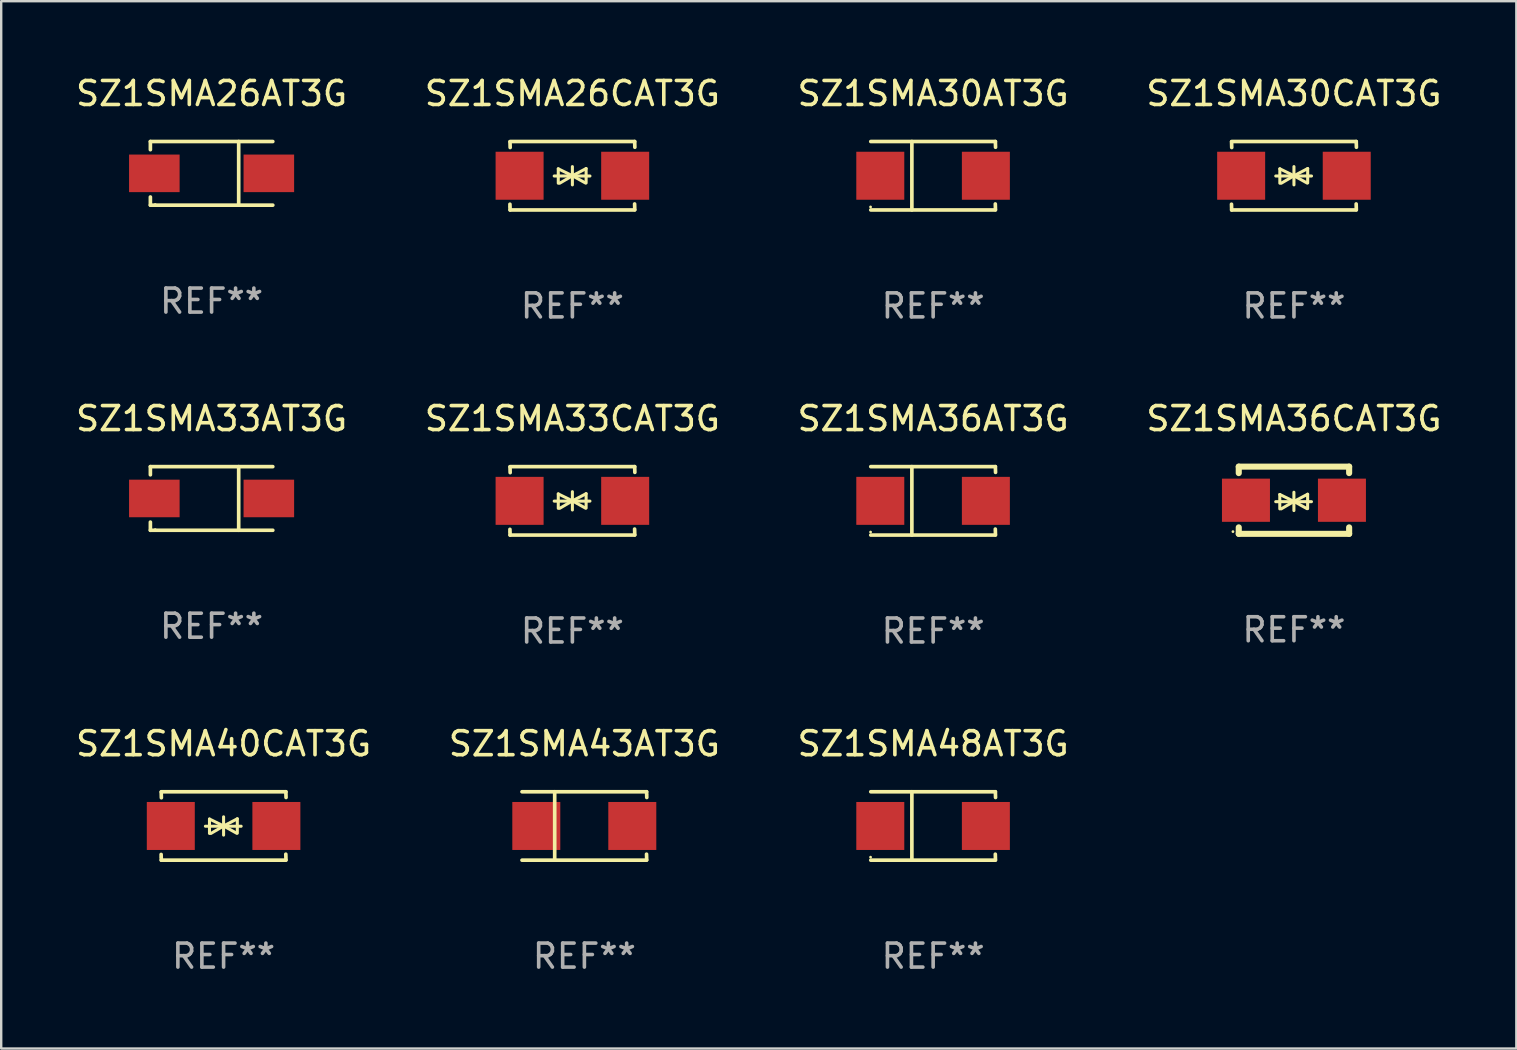
<source format=kicad_pcb>
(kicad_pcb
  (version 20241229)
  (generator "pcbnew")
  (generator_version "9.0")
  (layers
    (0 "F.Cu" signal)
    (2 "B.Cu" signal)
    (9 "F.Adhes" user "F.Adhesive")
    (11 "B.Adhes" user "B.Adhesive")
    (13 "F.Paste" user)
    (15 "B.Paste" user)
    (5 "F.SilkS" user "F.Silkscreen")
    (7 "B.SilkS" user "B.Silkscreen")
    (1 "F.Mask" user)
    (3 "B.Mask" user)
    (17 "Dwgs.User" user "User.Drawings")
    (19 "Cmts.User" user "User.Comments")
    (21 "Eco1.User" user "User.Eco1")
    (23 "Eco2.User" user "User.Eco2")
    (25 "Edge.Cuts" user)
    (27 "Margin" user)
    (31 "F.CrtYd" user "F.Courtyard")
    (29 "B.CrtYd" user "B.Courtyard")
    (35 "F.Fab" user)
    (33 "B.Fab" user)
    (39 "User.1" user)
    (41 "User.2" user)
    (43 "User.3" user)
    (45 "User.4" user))
  (footprint "SZ1SMA26AT3G"
    (layer "F.Cu")
    (at 5.768 4.174)
    (property "Reference" "SZ1SMA26AT3G" (at 0 -3.326 0) (layer "F.SilkS") (effects (font (size 1 1) (thickness 0.15))))
    (attr through_hole)
    (fp_line (start -2.551 -1.326) (end -2.551 -0.986) (stroke (width 0.152) (type solid)) (layer "F.SilkS"))
    (fp_line (start -2.551 1.326) (end -2.551 0.986) (stroke (width 0.152) (type solid)) (layer "F.SilkS"))
    (fp_line (start 1.129 1.326) (end 1.129 -1.326) (stroke (width 0.152) (type solid)) (layer "F.SilkS"))
    (fp_line (start 2.551 -1.326) (end -2.551 -1.326) (stroke (width 0.152) (type solid)) (layer "F.SilkS"))
    (fp_line (start 2.551 1.326) (end -2.551 1.326) (stroke (width 0.152) (type solid)) (layer "F.SilkS"))
    (fp_circle (center -2.35 1.3) (end -2.32 1.3) (stroke (width 0.06) (type solid)) (fill no) (layer "F.SilkS"))
    (fp_text user "REF**" (at 0 5.326 0) (layer "F.Fab") (effects (font (size 1 1) (thickness 0.15))))
    (pad "1" smd rect (at -2.386 0) (size 2.107 1.566) (layers "F.Cu" "F.Mask" "F.Paste"))
    (pad "2" smd rect (at 2.386 0) (size 2.107 1.566) (layers "F.Cu" "F.Mask" "F.Paste")))
  (footprint "SZ1SMA26CAT3G"
    (layer "F.Cu")
    (at 20.804 4.274)
    (property "Reference" "SZ1SMA26CAT3G" (at 0 -3.426 0) (layer "F.SilkS") (effects (font (size 1 1) (thickness 0.15))))
    (attr through_hole)
    (fp_line (start -2.596 -1.426) (end 2.596 -1.426) (stroke (width 0.152) (type solid)) (layer "F.SilkS"))
    (fp_line (start -2.596 1.426) (end -2.603 1.187) (stroke (width 0.152) (type solid)) (layer "F.SilkS"))
    (fp_line (start -2.596 1.426) (end 2.596 1.426) (stroke (width 0.152) (type solid)) (layer "F.SilkS"))
    (fp_line (start -2.593 -1.176) (end -2.6 -1.415) (stroke (width 0.152) (type solid)) (layer "F.SilkS"))
    (fp_line (start -0.758 0.011) (end 0.732 0.011) (stroke (width 0.127) (type solid)) (layer "F.SilkS"))
    (fp_line (start -0.588 -0.289) (end -0.588 0.311) (stroke (width 0.127) (type solid)) (layer "F.SilkS"))
    (fp_line (start -0.588 -0.289) (end 0 0) (stroke (width 0.127) (type solid)) (layer "F.SilkS"))
    (fp_line (start -0.528 0.311) (end 0 0) (stroke (width 0.127) (type solid)) (layer "F.SilkS"))
    (fp_line (start 0 0) (end 0 -0.381) (stroke (width 0.127) (type solid)) (layer "F.SilkS"))
    (fp_line (start 0 0) (end 0 0.381) (stroke (width 0.127) (type solid)) (layer "F.SilkS"))
    (fp_line (start 0.542 0.301) (end 0 0) (stroke (width 0.127) (type solid)) (layer "F.SilkS"))
    (fp_line (start 0.572 -0.299) (end 0 0) (stroke (width 0.127) (type solid)) (layer "F.SilkS"))
    (fp_line (start 0.572 -0.299) (end 0.572 0.301) (stroke (width 0.127) (type solid)) (layer "F.SilkS"))
    (fp_line (start 2.593 1.176) (end 2.6 1.415) (stroke (width 0.152) (type solid)) (layer "F.SilkS"))
    (fp_line (start 2.596 -1.426) (end 2.603 -1.187) (stroke (width 0.152) (type solid)) (layer "F.SilkS"))
    (fp_circle (center -2.605 1.3) (end -2.575 1.3) (stroke (width 0.06) (type solid)) (fill no) (layer "F.SilkS"))
    (fp_text user "REF**" (at 0 5.426 0) (layer "F.Fab") (effects (font (size 1 1) (thickness 0.15))))
    (pad "1" smd rect (at -2.2 0 180) (size 2 2) (layers "F.Cu" "F.Mask" "F.Paste"))
    (pad "2" smd rect (at 2.2 0 180) (size 2 2) (layers "F.Cu" "F.Mask" "F.Paste")))
  (footprint "SZ1SMA30CAT3G"
    (layer "F.Cu")
    (at 50.875 4.274)
    (property "Reference" "SZ1SMA30CAT3G" (at 0 -3.426 0) (layer "F.SilkS") (effects (font (size 1 1) (thickness 0.15))))
    (attr through_hole)
    (fp_line (start -2.596 -1.426) (end 2.596 -1.426) (stroke (width 0.152) (type solid)) (layer "F.SilkS"))
    (fp_line (start -2.596 1.426) (end -2.603 1.187) (stroke (width 0.152) (type solid)) (layer "F.SilkS"))
    (fp_line (start -2.596 1.426) (end 2.596 1.426) (stroke (width 0.152) (type solid)) (layer "F.SilkS"))
    (fp_line (start -2.593 -1.176) (end -2.6 -1.415) (stroke (width 0.152) (type solid)) (layer "F.SilkS"))
    (fp_line (start -0.758 0.011) (end 0.732 0.011) (stroke (width 0.127) (type solid)) (layer "F.SilkS"))
    (fp_line (start -0.588 -0.289) (end -0.588 0.311) (stroke (width 0.127) (type solid)) (layer "F.SilkS"))
    (fp_line (start -0.588 -0.289) (end 0 0) (stroke (width 0.127) (type solid)) (layer "F.SilkS"))
    (fp_line (start -0.528 0.311) (end 0 0) (stroke (width 0.127) (type solid)) (layer "F.SilkS"))
    (fp_line (start 0 0) (end 0 -0.381) (stroke (width 0.127) (type solid)) (layer "F.SilkS"))
    (fp_line (start 0 0) (end 0 0.381) (stroke (width 0.127) (type solid)) (layer "F.SilkS"))
    (fp_line (start 0.542 0.301) (end 0 0) (stroke (width 0.127) (type solid)) (layer "F.SilkS"))
    (fp_line (start 0.572 -0.299) (end 0 0) (stroke (width 0.127) (type solid)) (layer "F.SilkS"))
    (fp_line (start 0.572 -0.299) (end 0.572 0.301) (stroke (width 0.127) (type solid)) (layer "F.SilkS"))
    (fp_line (start 2.593 1.176) (end 2.6 1.415) (stroke (width 0.152) (type solid)) (layer "F.SilkS"))
    (fp_line (start 2.596 -1.426) (end 2.603 -1.187) (stroke (width 0.152) (type solid)) (layer "F.SilkS"))
    (fp_circle (center -2.605 1.3) (end -2.575 1.3) (stroke (width 0.06) (type solid)) (fill no) (layer "F.SilkS"))
    (fp_text user "REF**" (at 0 5.426 0) (layer "F.Fab") (effects (font (size 1 1) (thickness 0.15))))
    (pad "1" smd rect (at -2.2 0 180) (size 2 2) (layers "F.Cu" "F.Mask" "F.Paste"))
    (pad "2" smd rect (at 2.2 0 180) (size 2 2) (layers "F.Cu" "F.Mask" "F.Paste")))
  (footprint "SZ1SMA48AT3G"
    (layer "F.Cu")
    (at 35.839 31.372)
    (property "Reference" "SZ1SMA48AT3G" (at 0 -3.426 0) (layer "F.SilkS") (effects (font (size 1 1) (thickness 0.15))))
    (attr through_hole)
    (fp_line (start -2.6 -1.426) (end 2.593 -1.426) (stroke (width 0.152) (type solid)) (layer "F.SilkS"))
    (fp_line (start -2.6 1.426) (end 2.593 1.426) (stroke (width 0.152) (type solid)) (layer "F.SilkS"))
    (fp_line (start -0.887 -1.426) (end -0.887 1.426) (stroke (width 0.152) (type solid)) (layer "F.SilkS"))
    (fp_line (start 2.59 1.176) (end 2.597 1.415) (stroke (width 0.152) (type solid)) (layer "F.SilkS"))
    (fp_line (start 2.593 -1.426) (end 2.6 -1.187) (stroke (width 0.152) (type solid)) (layer "F.SilkS"))
    (fp_circle (center -2.608 1.3) (end -2.578 1.3) (stroke (width 0.06) (type solid)) (fill no) (layer "F.SilkS"))
    (fp_text user "REF**" (at 0 5.426 0) (layer "F.Fab") (effects (font (size 1 1) (thickness 0.15))))
    (pad "1" smd rect (at -2.203 0 180) (size 2 2) (layers "F.Cu" "F.Mask" "F.Paste"))
    (pad "2" smd rect (at 2.197 0 180) (size 2 2) (layers "F.Cu" "F.Mask" "F.Paste")))
  (footprint "SZ1SMA30AT3G"
    (layer "F.Cu")
    (at 35.839 4.274)
    (property "Reference" "SZ1SMA30AT3G" (at 0 -3.426 0) (layer "F.SilkS") (effects (font (size 1 1) (thickness 0.15))))
    (attr through_hole)
    (fp_line (start -2.6 -1.426) (end 2.593 -1.426) (stroke (width 0.152) (type solid)) (layer "F.SilkS"))
    (fp_line (start -2.6 1.426) (end 2.593 1.426) (stroke (width 0.152) (type solid)) (layer "F.SilkS"))
    (fp_line (start -0.887 -1.426) (end -0.887 1.426) (stroke (width 0.152) (type solid)) (layer "F.SilkS"))
    (fp_line (start 2.59 1.176) (end 2.597 1.415) (stroke (width 0.152) (type solid)) (layer "F.SilkS"))
    (fp_line (start 2.593 -1.426) (end 2.6 -1.187) (stroke (width 0.152) (type solid)) (layer "F.SilkS"))
    (fp_circle (center -2.608 1.3) (end -2.578 1.3) (stroke (width 0.06) (type solid)) (fill no) (layer "F.SilkS"))
    (fp_text user "REF**" (at 0 5.426 0) (layer "F.Fab") (effects (font (size 1 1) (thickness 0.15))))
    (pad "1" smd rect (at -2.203 0 180) (size 2 2) (layers "F.Cu" "F.Mask" "F.Paste"))
    (pad "2" smd rect (at 2.197 0 180) (size 2 2) (layers "F.Cu" "F.Mask" "F.Paste")))
  (footprint "SZ1SMA36CAT3G"
    (layer "F.Cu")
    (at 50.875 17.797)
    (property "Reference" "SZ1SMA36CAT3G" (at 0 -3.4 0) (layer "F.SilkS") (effects (font (size 1 1) (thickness 0.15))))
    (attr through_hole)
    (fp_line (start -2.3 -1.4) (end -2.3 -1.131) (stroke (width 0.254) (type solid)) (layer "F.SilkS"))
    (fp_line (start -2.3 -1.4) (end 2.3 -1.4) (stroke (width 0.254) (type solid)) (layer "F.SilkS"))
    (fp_line (start -2.3 1.131) (end -2.3 1.4) (stroke (width 0.254) (type solid)) (layer "F.SilkS"))
    (fp_line (start -2.3 1.4) (end 2.3 1.4) (stroke (width 0.254) (type solid)) (layer "F.SilkS"))
    (fp_line (start -0.76 0.06) (end 0.73 0.06) (stroke (width 0.127) (type solid)) (layer "F.SilkS"))
    (fp_line (start -0.59 -0.24) (end -0.59 0.36) (stroke (width 0.127) (type solid)) (layer "F.SilkS"))
    (fp_line (start -0.59 -0.24) (end -0.002 0.049) (stroke (width 0.127) (type solid)) (layer "F.SilkS"))
    (fp_line (start -0.53 0.36) (end -0.002 0.049) (stroke (width 0.127) (type solid)) (layer "F.SilkS"))
    (fp_line (start -0.002 0.049) (end -0.002 -0.332) (stroke (width 0.127) (type solid)) (layer "F.SilkS"))
    (fp_line (start -0.002 0.049) (end -0.002 0.43) (stroke (width 0.127) (type solid)) (layer "F.SilkS"))
    (fp_line (start 0.54 0.35) (end -0.002 0.049) (stroke (width 0.127) (type solid)) (layer "F.SilkS"))
    (fp_line (start 0.57 -0.25) (end -0.002 0.049) (stroke (width 0.127) (type solid)) (layer "F.SilkS"))
    (fp_line (start 0.57 -0.25) (end 0.57 0.35) (stroke (width 0.127) (type solid)) (layer "F.SilkS"))
    (fp_line (start 2.3 -1.4) (end 2.3 -1.131) (stroke (width 0.254) (type solid)) (layer "F.SilkS"))
    (fp_line (start 2.3 1.131) (end 2.3 1.4) (stroke (width 0.254) (type solid)) (layer "F.SilkS"))
    (fp_circle (center -2.542 1.308) (end -2.512 1.308) (stroke (width 0.06) (type solid)) (fill no) (layer "F.SilkS"))
    (fp_text user "REF**" (at 0 5.4 0) (layer "F.Fab") (effects (font (size 1 1) (thickness 0.15))))
    (pad "1" smd rect (at -2 0) (size 2 1.8) (layers "F.Cu" "F.Mask" "F.Paste"))
    (pad "2" smd rect (at 2 0) (size 2 1.8) (layers "F.Cu" "F.Mask" "F.Paste")))
  (footprint "SZ1SMA33CAT3G"
    (layer "F.Cu")
    (at 20.804 17.823)
    (property "Reference" "SZ1SMA33CAT3G" (at 0 -3.426 0) (layer "F.SilkS") (effects (font (size 1 1) (thickness 0.15))))
    (attr through_hole)
    (fp_line (start -2.596 -1.426) (end 2.596 -1.426) (stroke (width 0.152) (type solid)) (layer "F.SilkS"))
    (fp_line (start -2.596 1.426) (end -2.603 1.187) (stroke (width 0.152) (type solid)) (layer "F.SilkS"))
    (fp_line (start -2.596 1.426) (end 2.596 1.426) (stroke (width 0.152) (type solid)) (layer "F.SilkS"))
    (fp_line (start -2.593 -1.176) (end -2.6 -1.415) (stroke (width 0.152) (type solid)) (layer "F.SilkS"))
    (fp_line (start -0.758 0.011) (end 0.732 0.011) (stroke (width 0.127) (type solid)) (layer "F.SilkS"))
    (fp_line (start -0.588 -0.289) (end -0.588 0.311) (stroke (width 0.127) (type solid)) (layer "F.SilkS"))
    (fp_line (start -0.588 -0.289) (end 0 0) (stroke (width 0.127) (type solid)) (layer "F.SilkS"))
    (fp_line (start -0.528 0.311) (end 0 0) (stroke (width 0.127) (type solid)) (layer "F.SilkS"))
    (fp_line (start 0 0) (end 0 -0.381) (stroke (width 0.127) (type solid)) (layer "F.SilkS"))
    (fp_line (start 0 0) (end 0 0.381) (stroke (width 0.127) (type solid)) (layer "F.SilkS"))
    (fp_line (start 0.542 0.301) (end 0 0) (stroke (width 0.127) (type solid)) (layer "F.SilkS"))
    (fp_line (start 0.572 -0.299) (end 0 0) (stroke (width 0.127) (type solid)) (layer "F.SilkS"))
    (fp_line (start 0.572 -0.299) (end 0.572 0.301) (stroke (width 0.127) (type solid)) (layer "F.SilkS"))
    (fp_line (start 2.593 1.176) (end 2.6 1.415) (stroke (width 0.152) (type solid)) (layer "F.SilkS"))
    (fp_line (start 2.596 -1.426) (end 2.603 -1.187) (stroke (width 0.152) (type solid)) (layer "F.SilkS"))
    (fp_circle (center -2.605 1.3) (end -2.575 1.3) (stroke (width 0.06) (type solid)) (fill no) (layer "F.SilkS"))
    (fp_text user "REF**" (at 0 5.426 0) (layer "F.Fab") (effects (font (size 1 1) (thickness 0.15))))
    (pad "1" smd rect (at -2.2 0 180) (size 2 2) (layers "F.Cu" "F.Mask" "F.Paste"))
    (pad "2" smd rect (at 2.2 0 180) (size 2 2) (layers "F.Cu" "F.Mask" "F.Paste")))
  (footprint "SZ1SMA33AT3G"
    (layer "F.Cu")
    (at 5.768 17.723)
    (property "Reference" "SZ1SMA33AT3G" (at 0 -3.326 0) (layer "F.SilkS") (effects (font (size 1 1) (thickness 0.15))))
    (attr through_hole)
    (fp_line (start -2.551 -1.326) (end -2.551 -0.986) (stroke (width 0.152) (type solid)) (layer "F.SilkS"))
    (fp_line (start -2.551 1.326) (end -2.551 0.986) (stroke (width 0.152) (type solid)) (layer "F.SilkS"))
    (fp_line (start 1.129 1.326) (end 1.129 -1.326) (stroke (width 0.152) (type solid)) (layer "F.SilkS"))
    (fp_line (start 2.551 -1.326) (end -2.551 -1.326) (stroke (width 0.152) (type solid)) (layer "F.SilkS"))
    (fp_line (start 2.551 1.326) (end -2.551 1.326) (stroke (width 0.152) (type solid)) (layer "F.SilkS"))
    (fp_circle (center -2.35 1.3) (end -2.32 1.3) (stroke (width 0.06) (type solid)) (fill no) (layer "F.SilkS"))
    (fp_text user "REF**" (at 0 5.326 0) (layer "F.Fab") (effects (font (size 1 1) (thickness 0.15))))
    (pad "1" smd rect (at -2.386 0) (size 2.107 1.566) (layers "F.Cu" "F.Mask" "F.Paste"))
    (pad "2" smd rect (at 2.386 0) (size 2.107 1.566) (layers "F.Cu" "F.Mask" "F.Paste")))
  (footprint "SZ1SMA43AT3G"
    (layer "F.Cu")
    (at 21.304 31.372)
    (property "Reference" "SZ1SMA43AT3G" (at 0 -3.426 0) (layer "F.SilkS") (effects (font (size 1 1) (thickness 0.15))))
    (attr through_hole)
    (fp_line (start -2.6 -1.426) (end 2.593 -1.426) (stroke (width 0.152) (type solid)) (layer "F.SilkS"))
    (fp_line (start -2.6 1.426) (end 2.593 1.426) (stroke (width 0.152) (type solid)) (layer "F.SilkS"))
    (fp_line (start -1.237 -1.426) (end -1.237 1.426) (stroke (width 0.152) (type solid)) (layer "F.SilkS"))
    (fp_line (start 2.59 1.176) (end 2.597 1.415) (stroke (width 0.152) (type solid)) (layer "F.SilkS"))
    (fp_line (start 2.593 -1.426) (end 2.6 -1.187) (stroke (width 0.152) (type solid)) (layer "F.SilkS"))
    (fp_circle (center 2.602 -1.3) (end 2.632 -1.3) (stroke (width 0.06) (type solid)) (fill no) (layer "F.SilkS"))
    (fp_text user "REF**" (at 0 5.426 0) (layer "F.Fab") (effects (font (size 1 1) (thickness 0.15))))
    (pad "1" smd rect (at 1.997 0 180) (size 2 2) (layers "F.Cu" "F.Mask" "F.Paste"))
    (pad "2" smd rect (at -2.004 0 180) (size 2 2) (layers "F.Cu" "F.Mask" "F.Paste")))
  (footprint "SZ1SMA36AT3G"
    (layer "F.Cu")
    (at 35.839 17.823)
    (property "Reference" "SZ1SMA36AT3G" (at 0 -3.426 0) (layer "F.SilkS") (effects (font (size 1 1) (thickness 0.15))))
    (attr through_hole)
    (fp_line (start -2.6 -1.426) (end 2.593 -1.426) (stroke (width 0.152) (type solid)) (layer "F.SilkS"))
    (fp_line (start -2.6 1.426) (end 2.593 1.426) (stroke (width 0.152) (type solid)) (layer "F.SilkS"))
    (fp_line (start -0.887 -1.426) (end -0.887 1.426) (stroke (width 0.152) (type solid)) (layer "F.SilkS"))
    (fp_line (start 2.59 1.176) (end 2.597 1.415) (stroke (width 0.152) (type solid)) (layer "F.SilkS"))
    (fp_line (start 2.593 -1.426) (end 2.6 -1.187) (stroke (width 0.152) (type solid)) (layer "F.SilkS"))
    (fp_circle (center -2.608 1.3) (end -2.578 1.3) (stroke (width 0.06) (type solid)) (fill no) (layer "F.SilkS"))
    (fp_text user "REF**" (at 0 5.426 0) (layer "F.Fab") (effects (font (size 1 1) (thickness 0.15))))
    (pad "1" smd rect (at -2.203 0 180) (size 2 2) (layers "F.Cu" "F.Mask" "F.Paste"))
    (pad "2" smd rect (at 2.197 0 180) (size 2 2) (layers "F.Cu" "F.Mask" "F.Paste")))
  (footprint "SZ1SMA40CAT3G"
    (layer "F.Cu")
    (at 6.268 31.372)
    (property "Reference" "SZ1SMA40CAT3G" (at 0 -3.426 0) (layer "F.SilkS") (effects (font (size 1 1) (thickness 0.15))))
    (attr through_hole)
    (fp_line (start -2.596 -1.426) (end 2.596 -1.426) (stroke (width 0.152) (type solid)) (layer "F.SilkS"))
    (fp_line (start -2.596 1.426) (end -2.603 1.187) (stroke (width 0.152) (type solid)) (layer "F.SilkS"))
    (fp_line (start -2.596 1.426) (end 2.596 1.426) (stroke (width 0.152) (type solid)) (layer "F.SilkS"))
    (fp_line (start -2.593 -1.176) (end -2.6 -1.415) (stroke (width 0.152) (type solid)) (layer "F.SilkS"))
    (fp_line (start -0.758 0.011) (end 0.732 0.011) (stroke (width 0.127) (type solid)) (layer "F.SilkS"))
    (fp_line (start -0.588 -0.289) (end -0.588 0.311) (stroke (width 0.127) (type solid)) (layer "F.SilkS"))
    (fp_line (start -0.588 -0.289) (end 0 0) (stroke (width 0.127) (type solid)) (layer "F.SilkS"))
    (fp_line (start -0.528 0.311) (end 0 0) (stroke (width 0.127) (type solid)) (layer "F.SilkS"))
    (fp_line (start 0 0) (end 0 -0.381) (stroke (width 0.127) (type solid)) (layer "F.SilkS"))
    (fp_line (start 0 0) (end 0 0.381) (stroke (width 0.127) (type solid)) (layer "F.SilkS"))
    (fp_line (start 0.542 0.301) (end 0 0) (stroke (width 0.127) (type solid)) (layer "F.SilkS"))
    (fp_line (start 0.572 -0.299) (end 0 0) (stroke (width 0.127) (type solid)) (layer "F.SilkS"))
    (fp_line (start 0.572 -0.299) (end 0.572 0.301) (stroke (width 0.127) (type solid)) (layer "F.SilkS"))
    (fp_line (start 2.593 1.176) (end 2.6 1.415) (stroke (width 0.152) (type solid)) (layer "F.SilkS"))
    (fp_line (start 2.596 -1.426) (end 2.603 -1.187) (stroke (width 0.152) (type solid)) (layer "F.SilkS"))
    (fp_circle (center -2.605 1.3) (end -2.575 1.3) (stroke (width 0.06) (type solid)) (fill no) (layer "F.SilkS"))
    (fp_text user "REF**" (at 0 5.426 0) (layer "F.Fab") (effects (font (size 1 1) (thickness 0.15))))
    (pad "1" smd rect (at -2.2 0 180) (size 2 2) (layers "F.Cu" "F.Mask" "F.Paste"))
    (pad "2" smd rect (at 2.2 0 180) (size 2 2) (layers "F.Cu" "F.Mask" "F.Paste")))
  (gr_rect
    (start -3 -3)
    (end 60.143 40.647)
    (stroke (width 0.1) (type default))
    (fill no)
    (layer "Edge.Cuts")))
</source>
